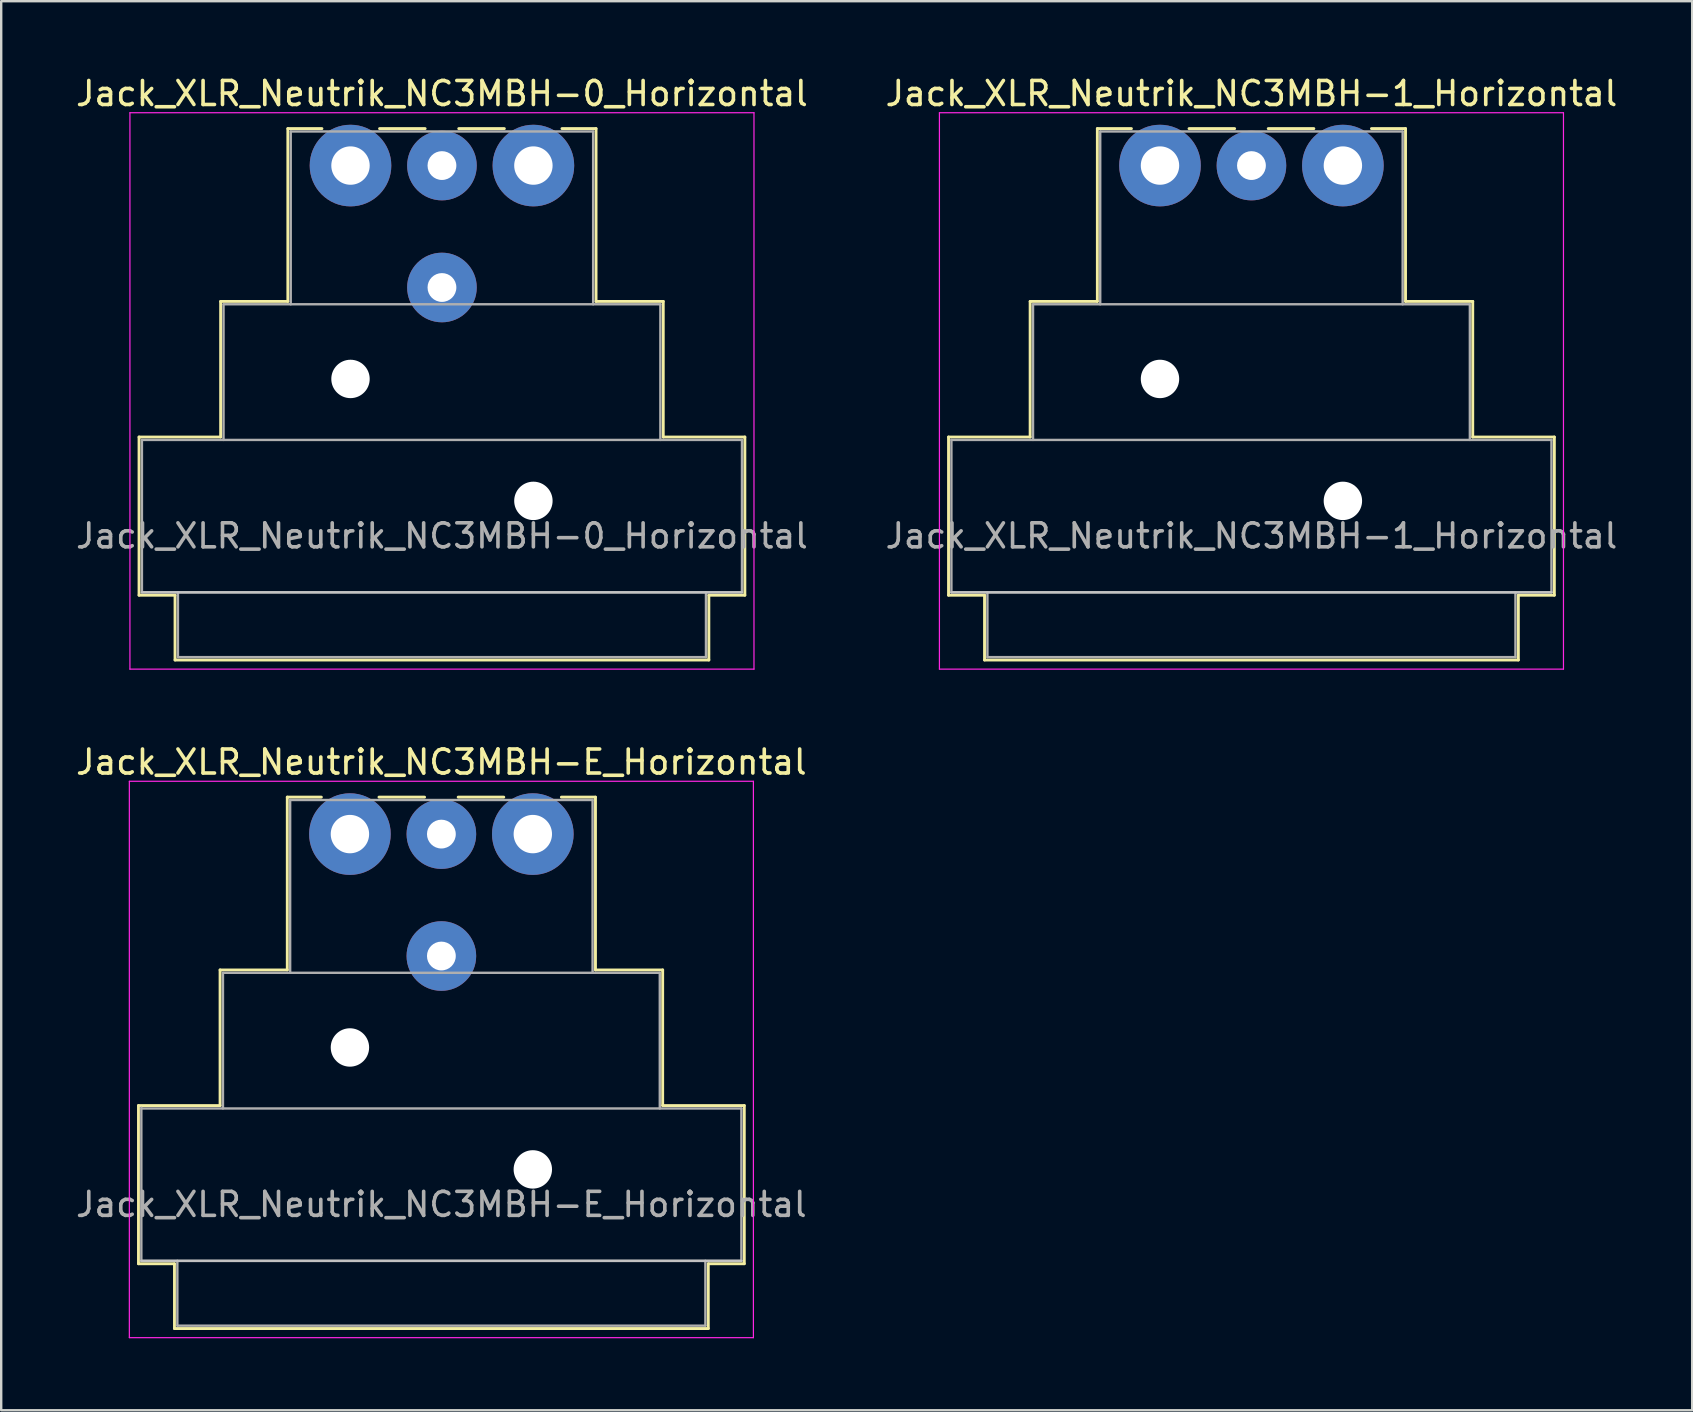
<source format=kicad_pcb>
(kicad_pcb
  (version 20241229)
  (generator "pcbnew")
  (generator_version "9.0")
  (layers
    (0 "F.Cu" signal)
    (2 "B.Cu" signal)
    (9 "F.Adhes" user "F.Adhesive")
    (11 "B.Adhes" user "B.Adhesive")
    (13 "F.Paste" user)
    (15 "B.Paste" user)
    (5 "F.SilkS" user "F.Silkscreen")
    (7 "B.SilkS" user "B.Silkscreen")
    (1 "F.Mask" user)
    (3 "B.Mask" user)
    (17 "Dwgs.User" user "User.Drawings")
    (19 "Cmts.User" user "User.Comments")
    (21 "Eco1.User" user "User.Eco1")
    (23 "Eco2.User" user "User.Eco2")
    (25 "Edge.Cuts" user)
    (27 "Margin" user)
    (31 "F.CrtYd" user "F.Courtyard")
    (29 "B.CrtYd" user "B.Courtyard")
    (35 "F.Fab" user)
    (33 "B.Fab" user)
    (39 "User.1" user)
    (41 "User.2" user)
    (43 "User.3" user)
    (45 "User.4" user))
  (footprint "Jack_XLR_Neutrik_NC3MBH-1_Horizontal"
    (layer "F.Cu")
    (at 45.279 3.848)
    (property "Reference" "Jack_XLR_Neutrik_NC3MBH-1_Horizontal" (at 3.81 -3 0) (layer "F.SilkS") (effects (font (size 1 1) (thickness 0.15))))
    (attr through_hole)
    (fp_line (start -8.81 11.31) (end -5.41 11.31) (stroke (width 0.12) (type solid)) (layer "F.SilkS"))
    (fp_line (start -8.81 17.9) (end -8.81 11.31) (stroke (width 0.12) (type solid)) (layer "F.SilkS"))
    (fp_line (start -7.31 17.9) (end -8.81 17.9) (stroke (width 0.12) (type solid)) (layer "F.SilkS"))
    (fp_line (start -7.31 17.9) (end -7.31 20.6) (stroke (width 0.12) (type solid)) (layer "F.SilkS"))
    (fp_line (start -5.41 11.31) (end -5.41 5.66) (stroke (width 0.12) (type solid)) (layer "F.SilkS"))
    (fp_line (start -2.61 5.66) (end -5.41 5.66) (stroke (width 0.12) (type solid)) (layer "F.SilkS"))
    (fp_line (start -2.61 5.66) (end -2.61 -1.54) (stroke (width 0.12) (type solid)) (layer "F.SilkS"))
    (fp_line (start -1.19 -1.54) (end -2.61 -1.54) (stroke (width 0.12) (type solid)) (layer "F.SilkS"))
    (fp_line (start 3.11 -1.54) (end 1.21 -1.54) (stroke (width 0.12) (type solid)) (layer "F.SilkS"))
    (fp_line (start 4.51 -1.54) (end 6.41 -1.54) (stroke (width 0.12) (type solid)) (layer "F.SilkS"))
    (fp_line (start 10.23 -1.54) (end 8.81 -1.54) (stroke (width 0.12) (type solid)) (layer "F.SilkS"))
    (fp_line (start 10.23 5.66) (end 10.23 -1.54) (stroke (width 0.12) (type solid)) (layer "F.SilkS"))
    (fp_line (start 10.23 5.66) (end 13.03 5.66) (stroke (width 0.12) (type solid)) (layer "F.SilkS"))
    (fp_line (start 13.03 11.31) (end 13.03 5.66) (stroke (width 0.12) (type solid)) (layer "F.SilkS"))
    (fp_line (start 13.03 11.31) (end 16.43 11.31) (stroke (width 0.12) (type solid)) (layer "F.SilkS"))
    (fp_line (start 14.93 17.9) (end 14.93 20.6) (stroke (width 0.12) (type solid)) (layer "F.SilkS"))
    (fp_line (start 14.93 20.6) (end -7.31 20.6) (stroke (width 0.12) (type solid)) (layer "F.SilkS"))
    (fp_line (start 16.43 17.9) (end 14.93 17.9) (stroke (width 0.12) (type solid)) (layer "F.SilkS"))
    (fp_line (start 16.43 17.9) (end 16.43 11.31) (stroke (width 0.12) (type solid)) (layer "F.SilkS"))
    (fp_line (start 16.31 17.78) (end -8.69 17.78) (stroke (width 0.1) (type solid)) (layer "Dwgs.User"))
    (fp_line (start -9.19 20.98) (end -9.19 -2.2) (stroke (width 0.05) (type solid)) (layer "F.CrtYd"))
    (fp_line (start 16.81 -2.2) (end -9.19 -2.2) (stroke (width 0.05) (type solid)) (layer "F.CrtYd"))
    (fp_line (start 16.81 20.98) (end -9.19 20.98) (stroke (width 0.05) (type solid)) (layer "F.CrtYd"))
    (fp_line (start 16.81 20.98) (end 16.81 -2.2) (stroke (width 0.05) (type solid)) (layer "F.CrtYd"))
    (fp_line (start -8.69 11.43) (end 16.31 11.43) (stroke (width 0.1) (type solid)) (layer "F.Fab"))
    (fp_line (start -8.69 17.78) (end -8.69 11.43) (stroke (width 0.1) (type solid)) (layer "F.Fab"))
    (fp_line (start -7.19 20.48) (end -7.19 17.78) (stroke (width 0.1) (type solid)) (layer "F.Fab"))
    (fp_line (start -5.29 5.78) (end -5.29 11.43) (stroke (width 0.1) (type solid)) (layer "F.Fab"))
    (fp_line (start -5.29 5.78) (end 12.91 5.78) (stroke (width 0.1) (type solid)) (layer "F.Fab"))
    (fp_line (start -2.49 5.78) (end -2.49 -1.42) (stroke (width 0.1) (type solid)) (layer "F.Fab"))
    (fp_line (start 10.11 -1.42) (end -2.49 -1.42) (stroke (width 0.1) (type solid)) (layer "F.Fab"))
    (fp_line (start 10.11 5.78) (end 10.11 -1.42) (stroke (width 0.1) (type solid)) (layer "F.Fab"))
    (fp_line (start 12.91 11.43) (end 12.91 5.78) (stroke (width 0.1) (type solid)) (layer "F.Fab"))
    (fp_line (start 14.81 17.78) (end 14.81 20.48) (stroke (width 0.1) (type solid)) (layer "F.Fab"))
    (fp_line (start 14.81 20.48) (end -7.19 20.48) (stroke (width 0.1) (type solid)) (layer "F.Fab"))
    (fp_line (start 16.31 11.43) (end 16.31 17.78) (stroke (width 0.1) (type solid)) (layer "F.Fab"))
    (fp_line (start 16.31 17.78) (end -8.69 17.78) (stroke (width 0.1) (type solid)) (layer "F.Fab"))
    (fp_text user "${REFERENCE}" (at 3.81 15.43 0) (layer "F.Fab") (effects (font (size 1 1) (thickness 0.15))))
    (pad "" np_thru_hole circle (at 0 8.89) (size 1.6 1.6) (drill 1.6) (layers "*.Cu" "*.Mask"))
    (pad "" np_thru_hole circle (at 7.62 13.97) (size 1.6 1.6) (drill 1.6) (layers "*.Cu" "*.Mask"))
    (pad "1" thru_hole circle (at 0 0) (size 3.4 3.4) (drill 1.6) (layers "*.Cu" "*.Mask"))
    (pad "2" thru_hole circle (at 7.62 0) (size 3.4 3.4) (drill 1.6) (layers "*.Cu" "*.Mask"))
    (pad "3" thru_hole circle (at 3.81 0) (size 2.9 2.9) (drill 1.2) (layers "*.Cu" "*.Mask")))
  (footprint "Jack_XLR_Neutrik_NC3MBH-0_Horizontal"
    (layer "F.Cu")
    (at 11.553 3.848)
    (property "Reference" "Jack_XLR_Neutrik_NC3MBH-0_Horizontal" (at 3.81 -3 0) (layer "F.SilkS") (effects (font (size 1 1) (thickness 0.15))))
    (attr through_hole)
    (fp_line (start -8.81 11.31) (end -5.41 11.31) (stroke (width 0.12) (type solid)) (layer "F.SilkS"))
    (fp_line (start -8.81 17.9) (end -8.81 11.31) (stroke (width 0.12) (type solid)) (layer "F.SilkS"))
    (fp_line (start -7.31 17.9) (end -8.81 17.9) (stroke (width 0.12) (type solid)) (layer "F.SilkS"))
    (fp_line (start -7.31 17.9) (end -7.31 20.6) (stroke (width 0.12) (type solid)) (layer "F.SilkS"))
    (fp_line (start -5.41 11.31) (end -5.41 5.66) (stroke (width 0.12) (type solid)) (layer "F.SilkS"))
    (fp_line (start -2.61 5.66) (end -5.41 5.66) (stroke (width 0.12) (type solid)) (layer "F.SilkS"))
    (fp_line (start -2.61 5.66) (end -2.61 -1.54) (stroke (width 0.12) (type solid)) (layer "F.SilkS"))
    (fp_line (start -1.19 -1.54) (end -2.61 -1.54) (stroke (width 0.12) (type solid)) (layer "F.SilkS"))
    (fp_line (start 3.11 -1.54) (end 1.21 -1.54) (stroke (width 0.12) (type solid)) (layer "F.SilkS"))
    (fp_line (start 4.51 -1.54) (end 6.41 -1.54) (stroke (width 0.12) (type solid)) (layer "F.SilkS"))
    (fp_line (start 10.23 -1.54) (end 8.81 -1.54) (stroke (width 0.12) (type solid)) (layer "F.SilkS"))
    (fp_line (start 10.23 5.66) (end 10.23 -1.54) (stroke (width 0.12) (type solid)) (layer "F.SilkS"))
    (fp_line (start 10.23 5.66) (end 13.03 5.66) (stroke (width 0.12) (type solid)) (layer "F.SilkS"))
    (fp_line (start 13.03 11.31) (end 13.03 5.66) (stroke (width 0.12) (type solid)) (layer "F.SilkS"))
    (fp_line (start 13.03 11.31) (end 16.43 11.31) (stroke (width 0.12) (type solid)) (layer "F.SilkS"))
    (fp_line (start 14.93 17.9) (end 14.93 20.6) (stroke (width 0.12) (type solid)) (layer "F.SilkS"))
    (fp_line (start 14.93 20.6) (end -7.31 20.6) (stroke (width 0.12) (type solid)) (layer "F.SilkS"))
    (fp_line (start 16.43 17.9) (end 14.93 17.9) (stroke (width 0.12) (type solid)) (layer "F.SilkS"))
    (fp_line (start 16.43 17.9) (end 16.43 11.31) (stroke (width 0.12) (type solid)) (layer "F.SilkS"))
    (fp_line (start 16.31 17.78) (end -8.69 17.78) (stroke (width 0.1) (type solid)) (layer "Dwgs.User"))
    (fp_line (start -9.19 20.98) (end -9.19 -2.2) (stroke (width 0.05) (type solid)) (layer "F.CrtYd"))
    (fp_line (start 16.81 -2.2) (end -9.19 -2.2) (stroke (width 0.05) (type solid)) (layer "F.CrtYd"))
    (fp_line (start 16.81 20.98) (end -9.19 20.98) (stroke (width 0.05) (type solid)) (layer "F.CrtYd"))
    (fp_line (start 16.81 20.98) (end 16.81 -2.2) (stroke (width 0.05) (type solid)) (layer "F.CrtYd"))
    (fp_line (start -8.69 11.43) (end 16.31 11.43) (stroke (width 0.1) (type solid)) (layer "F.Fab"))
    (fp_line (start -8.69 17.78) (end -8.69 11.43) (stroke (width 0.1) (type solid)) (layer "F.Fab"))
    (fp_line (start -7.19 20.48) (end -7.19 17.78) (stroke (width 0.1) (type solid)) (layer "F.Fab"))
    (fp_line (start -5.29 5.78) (end -5.29 11.43) (stroke (width 0.1) (type solid)) (layer "F.Fab"))
    (fp_line (start -5.29 5.78) (end 12.91 5.78) (stroke (width 0.1) (type solid)) (layer "F.Fab"))
    (fp_line (start -2.49 5.78) (end -2.49 -1.42) (stroke (width 0.1) (type solid)) (layer "F.Fab"))
    (fp_line (start 10.11 -1.42) (end -2.49 -1.42) (stroke (width 0.1) (type solid)) (layer "F.Fab"))
    (fp_line (start 10.11 5.78) (end 10.11 -1.42) (stroke (width 0.1) (type solid)) (layer "F.Fab"))
    (fp_line (start 12.91 11.43) (end 12.91 5.78) (stroke (width 0.1) (type solid)) (layer "F.Fab"))
    (fp_line (start 14.81 17.78) (end 14.81 20.48) (stroke (width 0.1) (type solid)) (layer "F.Fab"))
    (fp_line (start 14.81 20.48) (end -7.19 20.48) (stroke (width 0.1) (type solid)) (layer "F.Fab"))
    (fp_line (start 16.31 11.43) (end 16.31 17.78) (stroke (width 0.1) (type solid)) (layer "F.Fab"))
    (fp_line (start 16.31 17.78) (end -8.69 17.78) (stroke (width 0.1) (type solid)) (layer "F.Fab"))
    (fp_text user "${REFERENCE}" (at 3.81 15.43 0) (layer "F.Fab") (effects (font (size 1 1) (thickness 0.15))))
    (pad "" np_thru_hole circle (at 0 8.89) (size 1.6 1.6) (drill 1.6) (layers "*.Cu" "*.Mask"))
    (pad "" np_thru_hole circle (at 7.62 13.97) (size 1.6 1.6) (drill 1.6) (layers "*.Cu" "*.Mask"))
    (pad "1" thru_hole circle (at 0 0) (size 3.4 3.4) (drill 1.6) (layers "*.Cu" "*.Mask"))
    (pad "2" thru_hole circle (at 7.62 0) (size 3.4 3.4) (drill 1.6) (layers "*.Cu" "*.Mask"))
    (pad "3" thru_hole circle (at 3.81 0) (size 2.9 2.9) (drill 1.2) (layers "*.Cu" "*.Mask"))
    (pad "G" thru_hole circle (at 3.81 5.08) (size 2.9 2.9) (drill 1.2) (layers "*.Cu" "*.Mask")))
  (footprint "Jack_XLR_Neutrik_NC3MBH-E_Horizontal"
    (layer "F.Cu")
    (at 11.529 31.701)
    (property "Reference" "Jack_XLR_Neutrik_NC3MBH-E_Horizontal" (at 3.81 -3 0) (layer "F.SilkS") (effects (font (size 1 1) (thickness 0.15))))
    (attr through_hole)
    (fp_line (start -8.81 11.31) (end -5.41 11.31) (stroke (width 0.12) (type solid)) (layer "F.SilkS"))
    (fp_line (start -8.81 17.9) (end -8.81 11.31) (stroke (width 0.12) (type solid)) (layer "F.SilkS"))
    (fp_line (start -7.31 17.9) (end -8.81 17.9) (stroke (width 0.12) (type solid)) (layer "F.SilkS"))
    (fp_line (start -7.31 17.9) (end -7.31 20.6) (stroke (width 0.12) (type solid)) (layer "F.SilkS"))
    (fp_line (start -5.41 11.31) (end -5.41 5.66) (stroke (width 0.12) (type solid)) (layer "F.SilkS"))
    (fp_line (start -2.61 5.66) (end -5.41 5.66) (stroke (width 0.12) (type solid)) (layer "F.SilkS"))
    (fp_line (start -2.61 5.66) (end -2.61 -1.54) (stroke (width 0.12) (type solid)) (layer "F.SilkS"))
    (fp_line (start -1.19 -1.54) (end -2.61 -1.54) (stroke (width 0.12) (type solid)) (layer "F.SilkS"))
    (fp_line (start 3.11 -1.54) (end 1.21 -1.54) (stroke (width 0.12) (type solid)) (layer "F.SilkS"))
    (fp_line (start 4.51 -1.54) (end 6.41 -1.54) (stroke (width 0.12) (type solid)) (layer "F.SilkS"))
    (fp_line (start 10.23 -1.54) (end 8.81 -1.54) (stroke (width 0.12) (type solid)) (layer "F.SilkS"))
    (fp_line (start 10.23 5.66) (end 10.23 -1.54) (stroke (width 0.12) (type solid)) (layer "F.SilkS"))
    (fp_line (start 10.23 5.66) (end 13.03 5.66) (stroke (width 0.12) (type solid)) (layer "F.SilkS"))
    (fp_line (start 13.03 11.31) (end 13.03 5.66) (stroke (width 0.12) (type solid)) (layer "F.SilkS"))
    (fp_line (start 13.03 11.31) (end 16.43 11.31) (stroke (width 0.12) (type solid)) (layer "F.SilkS"))
    (fp_line (start 14.93 17.9) (end 14.93 20.6) (stroke (width 0.12) (type solid)) (layer "F.SilkS"))
    (fp_line (start 14.93 20.6) (end -7.31 20.6) (stroke (width 0.12) (type solid)) (layer "F.SilkS"))
    (fp_line (start 16.43 17.9) (end 14.93 17.9) (stroke (width 0.12) (type solid)) (layer "F.SilkS"))
    (fp_line (start 16.43 17.9) (end 16.43 11.31) (stroke (width 0.12) (type solid)) (layer "F.SilkS"))
    (fp_line (start 16.31 17.78) (end -8.69 17.78) (stroke (width 0.1) (type solid)) (layer "Dwgs.User"))
    (fp_line (start -9.19 20.98) (end -9.19 -2.2) (stroke (width 0.05) (type solid)) (layer "F.CrtYd"))
    (fp_line (start 16.81 -2.2) (end -9.19 -2.2) (stroke (width 0.05) (type solid)) (layer "F.CrtYd"))
    (fp_line (start 16.81 20.98) (end -9.19 20.98) (stroke (width 0.05) (type solid)) (layer "F.CrtYd"))
    (fp_line (start 16.81 20.98) (end 16.81 -2.2) (stroke (width 0.05) (type solid)) (layer "F.CrtYd"))
    (fp_line (start -8.69 11.43) (end 16.31 11.43) (stroke (width 0.1) (type solid)) (layer "F.Fab"))
    (fp_line (start -8.69 17.78) (end -8.69 11.4) (stroke (width 0.1) (type solid)) (layer "F.Fab"))
    (fp_line (start -7.19 20.48) (end -7.19 17.78) (stroke (width 0.1) (type solid)) (layer "F.Fab"))
    (fp_line (start -5.29 5.78) (end -5.29 11.43) (stroke (width 0.1) (type solid)) (layer "F.Fab"))
    (fp_line (start -5.29 5.78) (end 12.91 5.78) (stroke (width 0.1) (type solid)) (layer "F.Fab"))
    (fp_line (start -2.49 5.78) (end -2.49 -1.42) (stroke (width 0.1) (type solid)) (layer "F.Fab"))
    (fp_line (start 10.11 -1.42) (end -2.49 -1.42) (stroke (width 0.1) (type solid)) (layer "F.Fab"))
    (fp_line (start 10.11 5.78) (end 10.11 -1.42) (stroke (width 0.1) (type solid)) (layer "F.Fab"))
    (fp_line (start 12.91 11.43) (end 12.91 5.78) (stroke (width 0.1) (type solid)) (layer "F.Fab"))
    (fp_line (start 14.81 17.78) (end 14.81 20.48) (stroke (width 0.1) (type solid)) (layer "F.Fab"))
    (fp_line (start 14.81 20.48) (end -7.19 20.48) (stroke (width 0.1) (type solid)) (layer "F.Fab"))
    (fp_line (start 16.31 11.43) (end 16.31 17.78) (stroke (width 0.1) (type solid)) (layer "F.Fab"))
    (fp_line (start 16.31 17.78) (end -8.69 17.78) (stroke (width 0.1) (type solid)) (layer "F.Fab"))
    (fp_text user "${REFERENCE}" (at 3.81 15.43 0) (layer "F.Fab") (effects (font (size 1 1) (thickness 0.15))))
    (pad "" np_thru_hole circle (at 0 8.89) (size 1.6 1.6) (drill 1.6) (layers "*.Cu" "*.Mask"))
    (pad "" np_thru_hole circle (at 7.62 13.97) (size 1.6 1.6) (drill 1.6) (layers "*.Cu" "*.Mask"))
    (pad "1" thru_hole circle (at 0 0) (size 3.4 3.4) (drill 1.6) (layers "*.Cu" "*.Mask"))
    (pad "2" thru_hole circle (at 7.62 0) (size 3.4 3.4) (drill 1.6) (layers "*.Cu" "*.Mask"))
    (pad "3" thru_hole circle (at 3.81 0) (size 2.9 2.9) (drill 1.2) (layers "*.Cu" "*.Mask"))
    (pad "G" thru_hole circle (at 3.81 5.08) (size 2.9 2.9) (drill 1.2) (layers "*.Cu" "*.Mask")))
  (gr_rect
    (start -3 -3)
    (end 67.452 55.706)
    (stroke (width 0.1) (type default))
    (fill no)
    (layer "Edge.Cuts")))
</source>
